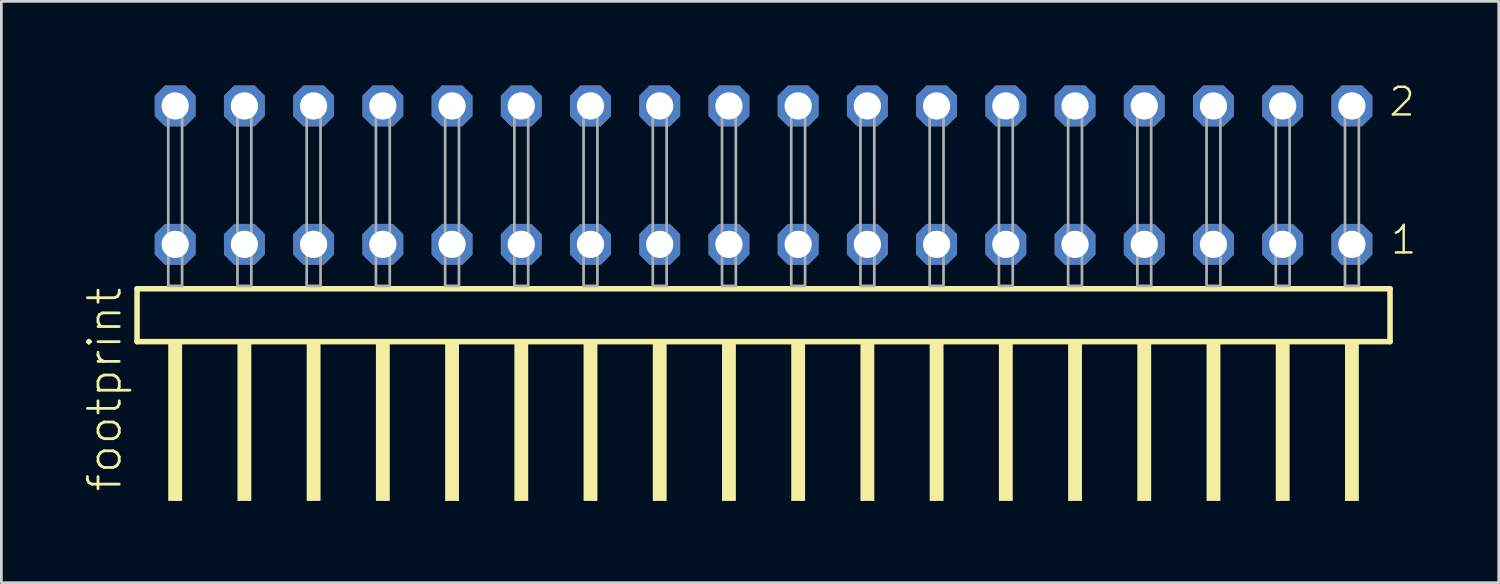
<source format=kicad_pcb>
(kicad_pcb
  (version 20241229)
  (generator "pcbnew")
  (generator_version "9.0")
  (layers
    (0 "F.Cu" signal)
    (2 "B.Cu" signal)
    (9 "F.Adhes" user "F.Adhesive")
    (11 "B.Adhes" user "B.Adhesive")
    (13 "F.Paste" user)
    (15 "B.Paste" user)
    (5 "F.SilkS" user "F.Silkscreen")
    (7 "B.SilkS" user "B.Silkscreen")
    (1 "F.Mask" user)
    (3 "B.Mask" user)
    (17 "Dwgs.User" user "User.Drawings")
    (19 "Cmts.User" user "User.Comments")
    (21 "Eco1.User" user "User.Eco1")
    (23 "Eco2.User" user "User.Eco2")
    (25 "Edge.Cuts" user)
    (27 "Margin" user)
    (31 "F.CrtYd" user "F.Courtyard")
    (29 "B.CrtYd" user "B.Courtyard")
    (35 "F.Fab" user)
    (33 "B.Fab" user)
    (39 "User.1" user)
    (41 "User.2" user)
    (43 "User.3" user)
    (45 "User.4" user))
  (footprint "footprint"
    (layer "F.Cu")
    (at 24.968 7.441)
    (property "Reference" "footprint" (at -23.495 7.62 90) (layer "F.SilkS") (effects (font (size 1.168 1.168) (thickness 0.102)) (justify left bottom)))
    (fp_line (start -22.989 0.106) (end -22.989 2.046) (stroke (width 0.203) (type solid)) (layer "F.SilkS"))
    (fp_line (start -22.989 2.046) (end 22.989 2.046) (stroke (width 0.203) (type solid)) (layer "F.SilkS"))
    (fp_line (start 22.989 0.106) (end -22.989 0.106) (stroke (width 0.203) (type solid)) (layer "F.SilkS"))
    (fp_line (start 22.989 2.046) (end 22.989 0.106) (stroke (width 0.203) (type solid)) (layer "F.SilkS"))
    (fp_poly (pts (xy -21.844 7.89) (xy -21.336 7.89) (xy -21.336 2.04) (xy -21.844 2.04)) (stroke (width 0) (type solid)) (fill yes) (layer "F.SilkS"))
    (fp_poly (pts (xy -19.304 7.89) (xy -18.796 7.89) (xy -18.796 2.04) (xy -19.304 2.04)) (stroke (width 0) (type solid)) (fill yes) (layer "F.SilkS"))
    (fp_poly (pts (xy -16.764 7.89) (xy -16.256 7.89) (xy -16.256 2.04) (xy -16.764 2.04)) (stroke (width 0) (type solid)) (fill yes) (layer "F.SilkS"))
    (fp_poly (pts (xy -14.224 7.89) (xy -13.716 7.89) (xy -13.716 2.04) (xy -14.224 2.04)) (stroke (width 0) (type solid)) (fill yes) (layer "F.SilkS"))
    (fp_poly (pts (xy -11.684 7.89) (xy -11.176 7.89) (xy -11.176 2.04) (xy -11.684 2.04)) (stroke (width 0) (type solid)) (fill yes) (layer "F.SilkS"))
    (fp_poly (pts (xy -9.144 7.89) (xy -8.636 7.89) (xy -8.636 2.04) (xy -9.144 2.04)) (stroke (width 0) (type solid)) (fill yes) (layer "F.SilkS"))
    (fp_poly (pts (xy -6.604 7.89) (xy -6.096 7.89) (xy -6.096 2.04) (xy -6.604 2.04)) (stroke (width 0) (type solid)) (fill yes) (layer "F.SilkS"))
    (fp_poly (pts (xy -4.064 7.89) (xy -3.556 7.89) (xy -3.556 2.04) (xy -4.064 2.04)) (stroke (width 0) (type solid)) (fill yes) (layer "F.SilkS"))
    (fp_poly (pts (xy -1.524 7.89) (xy -1.016 7.89) (xy -1.016 2.04) (xy -1.524 2.04)) (stroke (width 0) (type solid)) (fill yes) (layer "F.SilkS"))
    (fp_poly (pts (xy 1.016 7.89) (xy 1.524 7.89) (xy 1.524 2.04) (xy 1.016 2.04)) (stroke (width 0) (type solid)) (fill yes) (layer "F.SilkS"))
    (fp_poly (pts (xy 3.556 7.89) (xy 4.064 7.89) (xy 4.064 2.04) (xy 3.556 2.04)) (stroke (width 0) (type solid)) (fill yes) (layer "F.SilkS"))
    (fp_poly (pts (xy 6.096 7.89) (xy 6.604 7.89) (xy 6.604 2.04) (xy 6.096 2.04)) (stroke (width 0) (type solid)) (fill yes) (layer "F.SilkS"))
    (fp_poly (pts (xy 8.636 7.89) (xy 9.144 7.89) (xy 9.144 2.04) (xy 8.636 2.04)) (stroke (width 0) (type solid)) (fill yes) (layer "F.SilkS"))
    (fp_poly (pts (xy 11.176 7.89) (xy 11.684 7.89) (xy 11.684 2.04) (xy 11.176 2.04)) (stroke (width 0) (type solid)) (fill yes) (layer "F.SilkS"))
    (fp_poly (pts (xy 13.716 7.89) (xy 14.224 7.89) (xy 14.224 2.04) (xy 13.716 2.04)) (stroke (width 0) (type solid)) (fill yes) (layer "F.SilkS"))
    (fp_poly (pts (xy 16.256 7.89) (xy 16.764 7.89) (xy 16.764 2.04) (xy 16.256 2.04)) (stroke (width 0) (type solid)) (fill yes) (layer "F.SilkS"))
    (fp_poly (pts (xy 18.796 7.89) (xy 19.304 7.89) (xy 19.304 2.04) (xy 18.796 2.04)) (stroke (width 0) (type solid)) (fill yes) (layer "F.SilkS"))
    (fp_poly (pts (xy 21.336 7.89) (xy 21.844 7.89) (xy 21.844 2.04) (xy 21.336 2.04)) (stroke (width 0) (type solid)) (fill yes) (layer "F.SilkS"))
    (fp_poly (pts (xy -21.844 0) (xy -21.336 0) (xy -21.336 -6.858) (xy -21.844 -6.858)) (stroke (width 0.1) (type solid)) (fill no) (layer "F.Fab"))
    (fp_poly (pts (xy -19.304 0) (xy -18.796 0) (xy -18.796 -6.858) (xy -19.304 -6.858)) (stroke (width 0.1) (type solid)) (fill no) (layer "F.Fab"))
    (fp_poly (pts (xy -16.764 0) (xy -16.256 0) (xy -16.256 -6.858) (xy -16.764 -6.858)) (stroke (width 0.1) (type solid)) (fill no) (layer "F.Fab"))
    (fp_poly (pts (xy -14.224 0) (xy -13.716 0) (xy -13.716 -6.858) (xy -14.224 -6.858)) (stroke (width 0.1) (type solid)) (fill no) (layer "F.Fab"))
    (fp_poly (pts (xy -11.684 0) (xy -11.176 0) (xy -11.176 -6.858) (xy -11.684 -6.858)) (stroke (width 0.1) (type solid)) (fill no) (layer "F.Fab"))
    (fp_poly (pts (xy -9.144 0) (xy -8.636 0) (xy -8.636 -6.858) (xy -9.144 -6.858)) (stroke (width 0.1) (type solid)) (fill no) (layer "F.Fab"))
    (fp_poly (pts (xy -6.604 0) (xy -6.096 0) (xy -6.096 -6.858) (xy -6.604 -6.858)) (stroke (width 0.1) (type solid)) (fill no) (layer "F.Fab"))
    (fp_poly (pts (xy -4.064 0) (xy -3.556 0) (xy -3.556 -6.858) (xy -4.064 -6.858)) (stroke (width 0.1) (type solid)) (fill no) (layer "F.Fab"))
    (fp_poly (pts (xy -1.524 0) (xy -1.016 0) (xy -1.016 -6.858) (xy -1.524 -6.858)) (stroke (width 0.1) (type solid)) (fill no) (layer "F.Fab"))
    (fp_poly (pts (xy 1.016 0) (xy 1.524 0) (xy 1.524 -6.858) (xy 1.016 -6.858)) (stroke (width 0.1) (type solid)) (fill no) (layer "F.Fab"))
    (fp_poly (pts (xy 3.556 0) (xy 4.064 0) (xy 4.064 -6.858) (xy 3.556 -6.858)) (stroke (width 0.1) (type solid)) (fill no) (layer "F.Fab"))
    (fp_poly (pts (xy 6.096 0) (xy 6.604 0) (xy 6.604 -6.858) (xy 6.096 -6.858)) (stroke (width 0.1) (type solid)) (fill no) (layer "F.Fab"))
    (fp_poly (pts (xy 8.636 0) (xy 9.144 0) (xy 9.144 -6.858) (xy 8.636 -6.858)) (stroke (width 0.1) (type solid)) (fill no) (layer "F.Fab"))
    (fp_poly (pts (xy 11.176 0) (xy 11.684 0) (xy 11.684 -6.858) (xy 11.176 -6.858)) (stroke (width 0.1) (type solid)) (fill no) (layer "F.Fab"))
    (fp_poly (pts (xy 13.716 0) (xy 14.224 0) (xy 14.224 -6.858) (xy 13.716 -6.858)) (stroke (width 0.1) (type solid)) (fill no) (layer "F.Fab"))
    (fp_poly (pts (xy 16.256 0) (xy 16.764 0) (xy 16.764 -6.858) (xy 16.256 -6.858)) (stroke (width 0.1) (type solid)) (fill no) (layer "F.Fab"))
    (fp_poly (pts (xy 18.796 0) (xy 19.304 0) (xy 19.304 -6.858) (xy 18.796 -6.858)) (stroke (width 0.1) (type solid)) (fill no) (layer "F.Fab"))
    (fp_poly (pts (xy 21.336 0) (xy 21.844 0) (xy 21.844 -6.858) (xy 21.336 -6.858)) (stroke (width 0.1) (type solid)) (fill no) (layer "F.Fab"))
    (fp_text user "1" (at 22.95 -1.1 0) (layer "F.SilkS") (effects (font (size 1.012 1.012) (thickness 0.088)) (justify left bottom)))
    (fp_text user "2" (at 22.89 -6.165 0) (layer "F.SilkS") (effects (font (size 1.012 1.012) (thickness 0.088)) (justify left bottom)))
    (pad "1" thru_hole roundrect (at 21.59 -1.524 180) (size 1.5 1.5) (drill 1) (layers "*.Cu" "*.Mask") (roundrect_rratio 0.25) (chamfer_ratio 0.25) (chamfer top_left top_right bottom_left bottom_right))
    (pad "2" thru_hole roundrect (at 21.59 -6.604 180) (size 1.5 1.5) (drill 1) (layers "*.Cu" "*.Mask") (roundrect_rratio 0.25) (chamfer_ratio 0.25) (chamfer top_left top_right bottom_left bottom_right))
    (pad "3" thru_hole roundrect (at 19.05 -1.524 180) (size 1.5 1.5) (drill 1) (layers "*.Cu" "*.Mask") (roundrect_rratio 0.25) (chamfer_ratio 0.25) (chamfer top_left top_right bottom_left bottom_right))
    (pad "4" thru_hole roundrect (at 19.05 -6.604 180) (size 1.5 1.5) (drill 1) (layers "*.Cu" "*.Mask") (roundrect_rratio 0.25) (chamfer_ratio 0.25) (chamfer top_left top_right bottom_left bottom_right))
    (pad "5" thru_hole roundrect (at 16.51 -1.524 180) (size 1.5 1.5) (drill 1) (layers "*.Cu" "*.Mask") (roundrect_rratio 0.25) (chamfer_ratio 0.25) (chamfer top_left top_right bottom_left bottom_right))
    (pad "6" thru_hole roundrect (at 16.51 -6.604 180) (size 1.5 1.5) (drill 1) (layers "*.Cu" "*.Mask") (roundrect_rratio 0.25) (chamfer_ratio 0.25) (chamfer top_left top_right bottom_left bottom_right))
    (pad "7" thru_hole roundrect (at 13.97 -1.524 180) (size 1.5 1.5) (drill 1) (layers "*.Cu" "*.Mask") (roundrect_rratio 0.25) (chamfer_ratio 0.25) (chamfer top_left top_right bottom_left bottom_right))
    (pad "8" thru_hole roundrect (at 13.97 -6.604 180) (size 1.5 1.5) (drill 1) (layers "*.Cu" "*.Mask") (roundrect_rratio 0.25) (chamfer_ratio 0.25) (chamfer top_left top_right bottom_left bottom_right))
    (pad "9" thru_hole roundrect (at 11.43 -1.524 180) (size 1.5 1.5) (drill 1) (layers "*.Cu" "*.Mask") (roundrect_rratio 0.25) (chamfer_ratio 0.25) (chamfer top_left top_right bottom_left bottom_right))
    (pad "10" thru_hole roundrect (at 11.43 -6.604 180) (size 1.5 1.5) (drill 1) (layers "*.Cu" "*.Mask") (roundrect_rratio 0.25) (chamfer_ratio 0.25) (chamfer top_left top_right bottom_left bottom_right))
    (pad "11" thru_hole roundrect (at 8.89 -1.524 180) (size 1.5 1.5) (drill 1) (layers "*.Cu" "*.Mask") (roundrect_rratio 0.25) (chamfer_ratio 0.25) (chamfer top_left top_right bottom_left bottom_right))
    (pad "12" thru_hole roundrect (at 8.89 -6.604 180) (size 1.5 1.5) (drill 1) (layers "*.Cu" "*.Mask") (roundrect_rratio 0.25) (chamfer_ratio 0.25) (chamfer top_left top_right bottom_left bottom_right))
    (pad "13" thru_hole roundrect (at 6.35 -1.524 180) (size 1.5 1.5) (drill 1) (layers "*.Cu" "*.Mask") (roundrect_rratio 0.25) (chamfer_ratio 0.25) (chamfer top_left top_right bottom_left bottom_right))
    (pad "14" thru_hole roundrect (at 6.35 -6.604 180) (size 1.5 1.5) (drill 1) (layers "*.Cu" "*.Mask") (roundrect_rratio 0.25) (chamfer_ratio 0.25) (chamfer top_left top_right bottom_left bottom_right))
    (pad "15" thru_hole roundrect (at 3.81 -1.524 180) (size 1.5 1.5) (drill 1) (layers "*.Cu" "*.Mask") (roundrect_rratio 0.25) (chamfer_ratio 0.25) (chamfer top_left top_right bottom_left bottom_right))
    (pad "16" thru_hole roundrect (at 3.81 -6.604 180) (size 1.5 1.5) (drill 1) (layers "*.Cu" "*.Mask") (roundrect_rratio 0.25) (chamfer_ratio 0.25) (chamfer top_left top_right bottom_left bottom_right))
    (pad "17" thru_hole roundrect (at 1.27 -1.524 180) (size 1.5 1.5) (drill 1) (layers "*.Cu" "*.Mask") (roundrect_rratio 0.25) (chamfer_ratio 0.25) (chamfer top_left top_right bottom_left bottom_right))
    (pad "18" thru_hole roundrect (at 1.27 -6.604 180) (size 1.5 1.5) (drill 1) (layers "*.Cu" "*.Mask") (roundrect_rratio 0.25) (chamfer_ratio 0.25) (chamfer top_left top_right bottom_left bottom_right))
    (pad "19" thru_hole roundrect (at -1.27 -1.524 180) (size 1.5 1.5) (drill 1) (layers "*.Cu" "*.Mask") (roundrect_rratio 0.25) (chamfer_ratio 0.25) (chamfer top_left top_right bottom_left bottom_right))
    (pad "20" thru_hole roundrect (at -1.27 -6.604 180) (size 1.5 1.5) (drill 1) (layers "*.Cu" "*.Mask") (roundrect_rratio 0.25) (chamfer_ratio 0.25) (chamfer top_left top_right bottom_left bottom_right))
    (pad "21" thru_hole roundrect (at -3.81 -1.524 180) (size 1.5 1.5) (drill 1) (layers "*.Cu" "*.Mask") (roundrect_rratio 0.25) (chamfer_ratio 0.25) (chamfer top_left top_right bottom_left bottom_right))
    (pad "22" thru_hole roundrect (at -3.81 -6.604 180) (size 1.5 1.5) (drill 1) (layers "*.Cu" "*.Mask") (roundrect_rratio 0.25) (chamfer_ratio 0.25) (chamfer top_left top_right bottom_left bottom_right))
    (pad "23" thru_hole roundrect (at -6.35 -1.524 180) (size 1.5 1.5) (drill 1) (layers "*.Cu" "*.Mask") (roundrect_rratio 0.25) (chamfer_ratio 0.25) (chamfer top_left top_right bottom_left bottom_right))
    (pad "24" thru_hole roundrect (at -6.35 -6.604 180) (size 1.5 1.5) (drill 1) (layers "*.Cu" "*.Mask") (roundrect_rratio 0.25) (chamfer_ratio 0.25) (chamfer top_left top_right bottom_left bottom_right))
    (pad "25" thru_hole roundrect (at -8.89 -1.524 180) (size 1.5 1.5) (drill 1) (layers "*.Cu" "*.Mask") (roundrect_rratio 0.25) (chamfer_ratio 0.25) (chamfer top_left top_right bottom_left bottom_right))
    (pad "26" thru_hole roundrect (at -8.89 -6.604 180) (size 1.5 1.5) (drill 1) (layers "*.Cu" "*.Mask") (roundrect_rratio 0.25) (chamfer_ratio 0.25) (chamfer top_left top_right bottom_left bottom_right))
    (pad "27" thru_hole roundrect (at -11.43 -1.524 180) (size 1.5 1.5) (drill 1) (layers "*.Cu" "*.Mask") (roundrect_rratio 0.25) (chamfer_ratio 0.25) (chamfer top_left top_right bottom_left bottom_right))
    (pad "28" thru_hole roundrect (at -11.43 -6.604 180) (size 1.5 1.5) (drill 1) (layers "*.Cu" "*.Mask") (roundrect_rratio 0.25) (chamfer_ratio 0.25) (chamfer top_left top_right bottom_left bottom_right))
    (pad "29" thru_hole roundrect (at -13.97 -1.524 180) (size 1.5 1.5) (drill 1) (layers "*.Cu" "*.Mask") (roundrect_rratio 0.25) (chamfer_ratio 0.25) (chamfer top_left top_right bottom_left bottom_right))
    (pad "30" thru_hole roundrect (at -13.97 -6.604 180) (size 1.5 1.5) (drill 1) (layers "*.Cu" "*.Mask") (roundrect_rratio 0.25) (chamfer_ratio 0.25) (chamfer top_left top_right bottom_left bottom_right))
    (pad "31" thru_hole roundrect (at -16.51 -1.524 180) (size 1.5 1.5) (drill 1) (layers "*.Cu" "*.Mask") (roundrect_rratio 0.25) (chamfer_ratio 0.25) (chamfer top_left top_right bottom_left bottom_right))
    (pad "32" thru_hole roundrect (at -16.51 -6.604 180) (size 1.5 1.5) (drill 1) (layers "*.Cu" "*.Mask") (roundrect_rratio 0.25) (chamfer_ratio 0.25) (chamfer top_left top_right bottom_left bottom_right))
    (pad "33" thru_hole roundrect (at -19.05 -1.524 180) (size 1.5 1.5) (drill 1) (layers "*.Cu" "*.Mask") (roundrect_rratio 0.25) (chamfer_ratio 0.25) (chamfer top_left top_right bottom_left bottom_right))
    (pad "34" thru_hole roundrect (at -19.05 -6.604 180) (size 1.5 1.5) (drill 1) (layers "*.Cu" "*.Mask") (roundrect_rratio 0.25) (chamfer_ratio 0.25) (chamfer top_left top_right bottom_left bottom_right))
    (pad "35" thru_hole roundrect (at -21.59 -1.524 180) (size 1.5 1.5) (drill 1) (layers "*.Cu" "*.Mask") (roundrect_rratio 0.25) (chamfer_ratio 0.25) (chamfer top_left top_right bottom_left bottom_right))
    (pad "36" thru_hole roundrect (at -21.59 -6.604 180) (size 1.5 1.5) (drill 1) (layers "*.Cu" "*.Mask") (roundrect_rratio 0.25) (chamfer_ratio 0.25) (chamfer top_left top_right bottom_left bottom_right)))
  (gr_rect
    (start -3 -3)
    (end 51.944 18.331)
    (stroke (width 0.1) (type default))
    (fill no)
    (layer "Edge.Cuts")))
</source>
